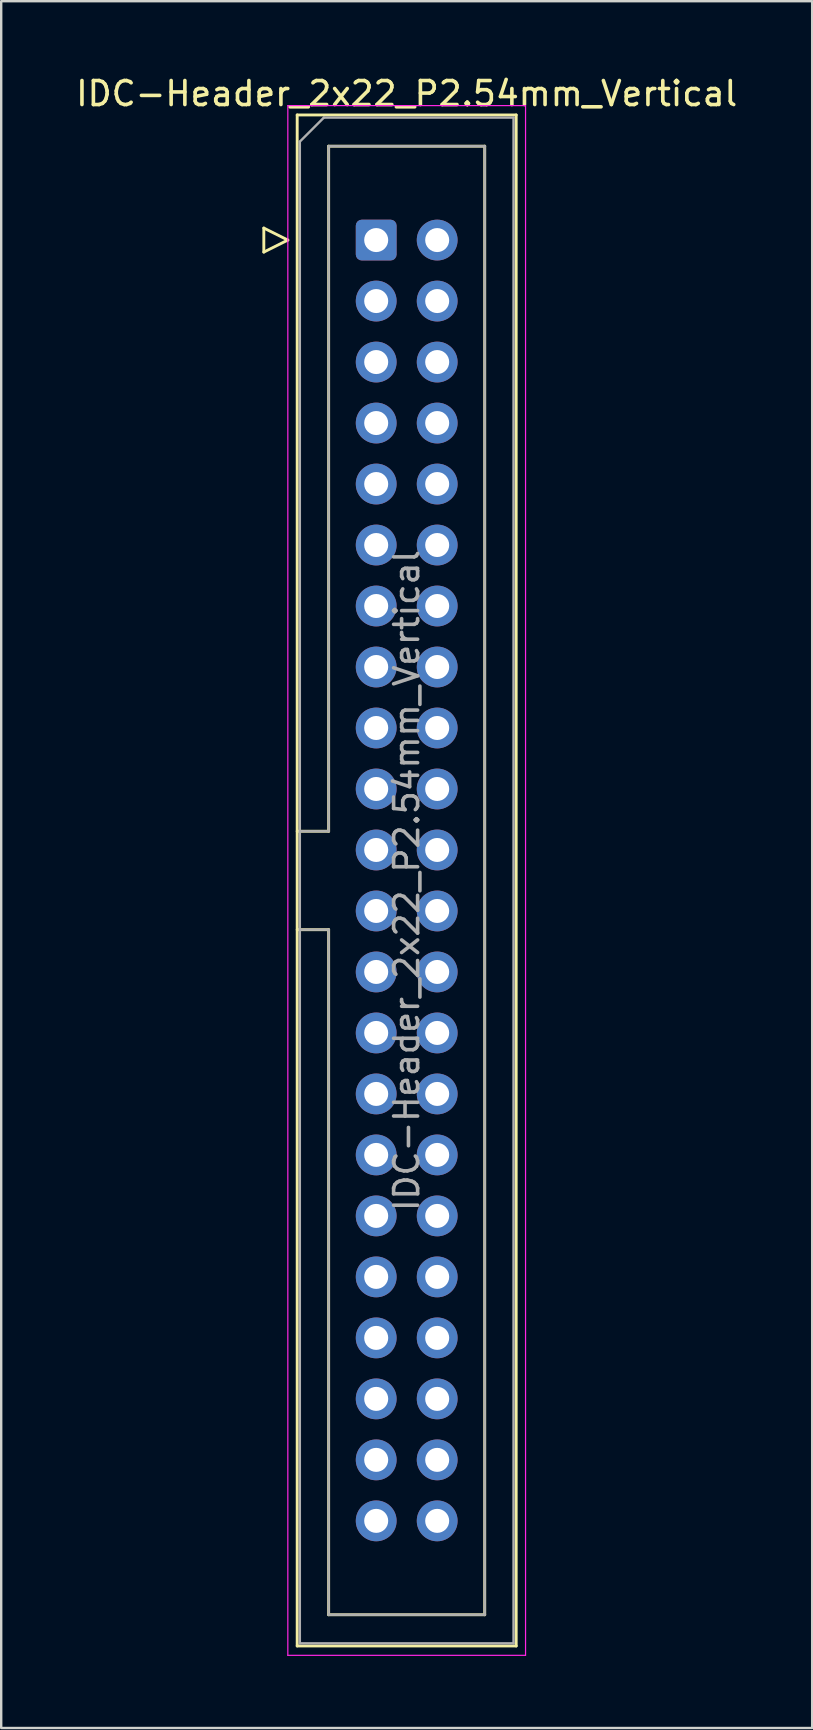
<source format=kicad_pcb>
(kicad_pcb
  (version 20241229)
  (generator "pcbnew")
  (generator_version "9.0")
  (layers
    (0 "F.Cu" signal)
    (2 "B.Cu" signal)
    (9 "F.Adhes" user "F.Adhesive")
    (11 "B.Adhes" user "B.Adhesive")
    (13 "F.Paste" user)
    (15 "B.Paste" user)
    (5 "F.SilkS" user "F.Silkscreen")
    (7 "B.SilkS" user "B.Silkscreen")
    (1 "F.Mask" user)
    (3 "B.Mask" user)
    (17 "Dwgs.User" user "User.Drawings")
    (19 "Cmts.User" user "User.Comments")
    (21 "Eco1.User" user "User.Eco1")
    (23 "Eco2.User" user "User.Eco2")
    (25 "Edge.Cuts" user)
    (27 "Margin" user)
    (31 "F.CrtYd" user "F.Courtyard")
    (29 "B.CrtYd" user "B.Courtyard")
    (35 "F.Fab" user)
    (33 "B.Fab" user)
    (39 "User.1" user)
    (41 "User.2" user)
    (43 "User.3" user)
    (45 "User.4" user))
  (footprint "IDC-Header_2x22_P2.54mm_Vertical"
    (layer "F.Cu")
    (at 12.617 6.948)
    (property "Reference" "IDC-Header_2x22_P2.54mm_Vertical" (at 1.27 -6.1 0) (layer "F.SilkS") (effects (font (size 1 1) (thickness 0.15))))
    (attr through_hole)
    (fp_line (start -4.68 -0.5) (end -4.68 0.5) (stroke (width 0.12) (type solid)) (layer "F.SilkS"))
    (fp_line (start -4.68 0.5) (end -3.68 0) (stroke (width 0.12) (type solid)) (layer "F.SilkS"))
    (fp_line (start -3.68 0) (end -4.68 -0.5) (stroke (width 0.12) (type solid)) (layer "F.SilkS"))
    (fp_line (start -3.29 -5.21) (end 5.83 -5.21) (stroke (width 0.12) (type solid)) (layer "F.SilkS"))
    (fp_line (start -3.29 24.62) (end -1.98 24.62) (stroke (width 0.12) (type solid)) (layer "F.SilkS"))
    (fp_line (start -3.29 58.55) (end -3.29 -5.21) (stroke (width 0.12) (type solid)) (layer "F.SilkS"))
    (fp_line (start -1.98 -3.91) (end 4.52 -3.91) (stroke (width 0.12) (type solid)) (layer "F.SilkS"))
    (fp_line (start -1.98 24.62) (end -1.98 -3.91) (stroke (width 0.12) (type solid)) (layer "F.SilkS"))
    (fp_line (start -1.98 28.72) (end -3.29 28.72) (stroke (width 0.12) (type solid)) (layer "F.SilkS"))
    (fp_line (start -1.98 57.25) (end -1.98 28.72) (stroke (width 0.12) (type solid)) (layer "F.SilkS"))
    (fp_line (start 4.52 -3.91) (end 4.52 57.25) (stroke (width 0.12) (type solid)) (layer "F.SilkS"))
    (fp_line (start 4.52 57.25) (end -1.98 57.25) (stroke (width 0.12) (type solid)) (layer "F.SilkS"))
    (fp_line (start 5.83 -5.21) (end 5.83 58.55) (stroke (width 0.12) (type solid)) (layer "F.SilkS"))
    (fp_line (start 5.83 58.55) (end -3.29 58.55) (stroke (width 0.12) (type solid)) (layer "F.SilkS"))
    (fp_line (start -3.68 -5.6) (end -3.68 58.94) (stroke (width 0.05) (type solid)) (layer "F.CrtYd"))
    (fp_line (start -3.68 58.94) (end 6.22 58.94) (stroke (width 0.05) (type solid)) (layer "F.CrtYd"))
    (fp_line (start 6.22 -5.6) (end -3.68 -5.6) (stroke (width 0.05) (type solid)) (layer "F.CrtYd"))
    (fp_line (start 6.22 58.94) (end 6.22 -5.6) (stroke (width 0.05) (type solid)) (layer "F.CrtYd"))
    (fp_line (start -3.18 -4.1) (end -2.18 -5.1) (stroke (width 0.1) (type solid)) (layer "F.Fab"))
    (fp_line (start -3.18 24.62) (end -1.98 24.62) (stroke (width 0.1) (type solid)) (layer "F.Fab"))
    (fp_line (start -3.18 58.44) (end -3.18 -4.1) (stroke (width 0.1) (type solid)) (layer "F.Fab"))
    (fp_line (start -2.18 -5.1) (end 5.72 -5.1) (stroke (width 0.1) (type solid)) (layer "F.Fab"))
    (fp_line (start -1.98 -3.91) (end 4.52 -3.91) (stroke (width 0.1) (type solid)) (layer "F.Fab"))
    (fp_line (start -1.98 24.62) (end -1.98 -3.91) (stroke (width 0.1) (type solid)) (layer "F.Fab"))
    (fp_line (start -1.98 28.72) (end -3.18 28.72) (stroke (width 0.1) (type solid)) (layer "F.Fab"))
    (fp_line (start -1.98 57.25) (end -1.98 28.72) (stroke (width 0.1) (type solid)) (layer "F.Fab"))
    (fp_line (start 4.52 -3.91) (end 4.52 57.25) (stroke (width 0.1) (type solid)) (layer "F.Fab"))
    (fp_line (start 4.52 57.25) (end -1.98 57.25) (stroke (width 0.1) (type solid)) (layer "F.Fab"))
    (fp_line (start 5.72 -5.1) (end 5.72 58.44) (stroke (width 0.1) (type solid)) (layer "F.Fab"))
    (fp_line (start 5.72 58.44) (end -3.18 58.44) (stroke (width 0.1) (type solid)) (layer "F.Fab"))
    (fp_text user "${REFERENCE}" (at 1.27 26.67 90) (layer "F.Fab") (effects (font (size 1 1) (thickness 0.15))))
    (pad "1" thru_hole roundrect (at 0 0) (size 1.7 1.7) (drill 1) (layers "*.Cu" "*.Mask") (roundrect_rratio 0.147))
    (pad "2" thru_hole circle (at 2.54 0) (size 1.7 1.7) (drill 1) (layers "*.Cu" "*.Mask"))
    (pad "3" thru_hole circle (at 0 2.54) (size 1.7 1.7) (drill 1) (layers "*.Cu" "*.Mask"))
    (pad "4" thru_hole circle (at 2.54 2.54) (size 1.7 1.7) (drill 1) (layers "*.Cu" "*.Mask"))
    (pad "5" thru_hole circle (at 0 5.08) (size 1.7 1.7) (drill 1) (layers "*.Cu" "*.Mask"))
    (pad "6" thru_hole circle (at 2.54 5.08) (size 1.7 1.7) (drill 1) (layers "*.Cu" "*.Mask"))
    (pad "7" thru_hole circle (at 0 7.62) (size 1.7 1.7) (drill 1) (layers "*.Cu" "*.Mask"))
    (pad "8" thru_hole circle (at 2.54 7.62) (size 1.7 1.7) (drill 1) (layers "*.Cu" "*.Mask"))
    (pad "9" thru_hole circle (at 0 10.16) (size 1.7 1.7) (drill 1) (layers "*.Cu" "*.Mask"))
    (pad "10" thru_hole circle (at 2.54 10.16) (size 1.7 1.7) (drill 1) (layers "*.Cu" "*.Mask"))
    (pad "11" thru_hole circle (at 0 12.7) (size 1.7 1.7) (drill 1) (layers "*.Cu" "*.Mask"))
    (pad "12" thru_hole circle (at 2.54 12.7) (size 1.7 1.7) (drill 1) (layers "*.Cu" "*.Mask"))
    (pad "13" thru_hole circle (at 0 15.24) (size 1.7 1.7) (drill 1) (layers "*.Cu" "*.Mask"))
    (pad "14" thru_hole circle (at 2.54 15.24) (size 1.7 1.7) (drill 1) (layers "*.Cu" "*.Mask"))
    (pad "15" thru_hole circle (at 0 17.78) (size 1.7 1.7) (drill 1) (layers "*.Cu" "*.Mask"))
    (pad "16" thru_hole circle (at 2.54 17.78) (size 1.7 1.7) (drill 1) (layers "*.Cu" "*.Mask"))
    (pad "17" thru_hole circle (at 0 20.32) (size 1.7 1.7) (drill 1) (layers "*.Cu" "*.Mask"))
    (pad "18" thru_hole circle (at 2.54 20.32) (size 1.7 1.7) (drill 1) (layers "*.Cu" "*.Mask"))
    (pad "19" thru_hole circle (at 0 22.86) (size 1.7 1.7) (drill 1) (layers "*.Cu" "*.Mask"))
    (pad "20" thru_hole circle (at 2.54 22.86) (size 1.7 1.7) (drill 1) (layers "*.Cu" "*.Mask"))
    (pad "21" thru_hole circle (at 0 25.4) (size 1.7 1.7) (drill 1) (layers "*.Cu" "*.Mask"))
    (pad "22" thru_hole circle (at 2.54 25.4) (size 1.7 1.7) (drill 1) (layers "*.Cu" "*.Mask"))
    (pad "23" thru_hole circle (at 0 27.94) (size 1.7 1.7) (drill 1) (layers "*.Cu" "*.Mask"))
    (pad "24" thru_hole circle (at 2.54 27.94) (size 1.7 1.7) (drill 1) (layers "*.Cu" "*.Mask"))
    (pad "25" thru_hole circle (at 0 30.48) (size 1.7 1.7) (drill 1) (layers "*.Cu" "*.Mask"))
    (pad "26" thru_hole circle (at 2.54 30.48) (size 1.7 1.7) (drill 1) (layers "*.Cu" "*.Mask"))
    (pad "27" thru_hole circle (at 0 33.02) (size 1.7 1.7) (drill 1) (layers "*.Cu" "*.Mask"))
    (pad "28" thru_hole circle (at 2.54 33.02) (size 1.7 1.7) (drill 1) (layers "*.Cu" "*.Mask"))
    (pad "29" thru_hole circle (at 0 35.56) (size 1.7 1.7) (drill 1) (layers "*.Cu" "*.Mask"))
    (pad "30" thru_hole circle (at 2.54 35.56) (size 1.7 1.7) (drill 1) (layers "*.Cu" "*.Mask"))
    (pad "31" thru_hole circle (at 0 38.1) (size 1.7 1.7) (drill 1) (layers "*.Cu" "*.Mask"))
    (pad "32" thru_hole circle (at 2.54 38.1) (size 1.7 1.7) (drill 1) (layers "*.Cu" "*.Mask"))
    (pad "33" thru_hole circle (at 0 40.64) (size 1.7 1.7) (drill 1) (layers "*.Cu" "*.Mask"))
    (pad "34" thru_hole circle (at 2.54 40.64) (size 1.7 1.7) (drill 1) (layers "*.Cu" "*.Mask"))
    (pad "35" thru_hole circle (at 0 43.18) (size 1.7 1.7) (drill 1) (layers "*.Cu" "*.Mask"))
    (pad "36" thru_hole circle (at 2.54 43.18) (size 1.7 1.7) (drill 1) (layers "*.Cu" "*.Mask"))
    (pad "37" thru_hole circle (at 0 45.72) (size 1.7 1.7) (drill 1) (layers "*.Cu" "*.Mask"))
    (pad "38" thru_hole circle (at 2.54 45.72) (size 1.7 1.7) (drill 1) (layers "*.Cu" "*.Mask"))
    (pad "39" thru_hole circle (at 0 48.26) (size 1.7 1.7) (drill 1) (layers "*.Cu" "*.Mask"))
    (pad "40" thru_hole circle (at 2.54 48.26) (size 1.7 1.7) (drill 1) (layers "*.Cu" "*.Mask"))
    (pad "41" thru_hole circle (at 0 50.8) (size 1.7 1.7) (drill 1) (layers "*.Cu" "*.Mask"))
    (pad "42" thru_hole circle (at 2.54 50.8) (size 1.7 1.7) (drill 1) (layers "*.Cu" "*.Mask"))
    (pad "43" thru_hole circle (at 0 53.34) (size 1.7 1.7) (drill 1) (layers "*.Cu" "*.Mask"))
    (pad "44" thru_hole circle (at 2.54 53.34) (size 1.7 1.7) (drill 1) (layers "*.Cu" "*.Mask")))
  (gr_rect
    (start -3 -3)
    (end 30.774 68.913)
    (stroke (width 0.1) (type default))
    (fill no)
    (layer "Edge.Cuts")))
</source>
